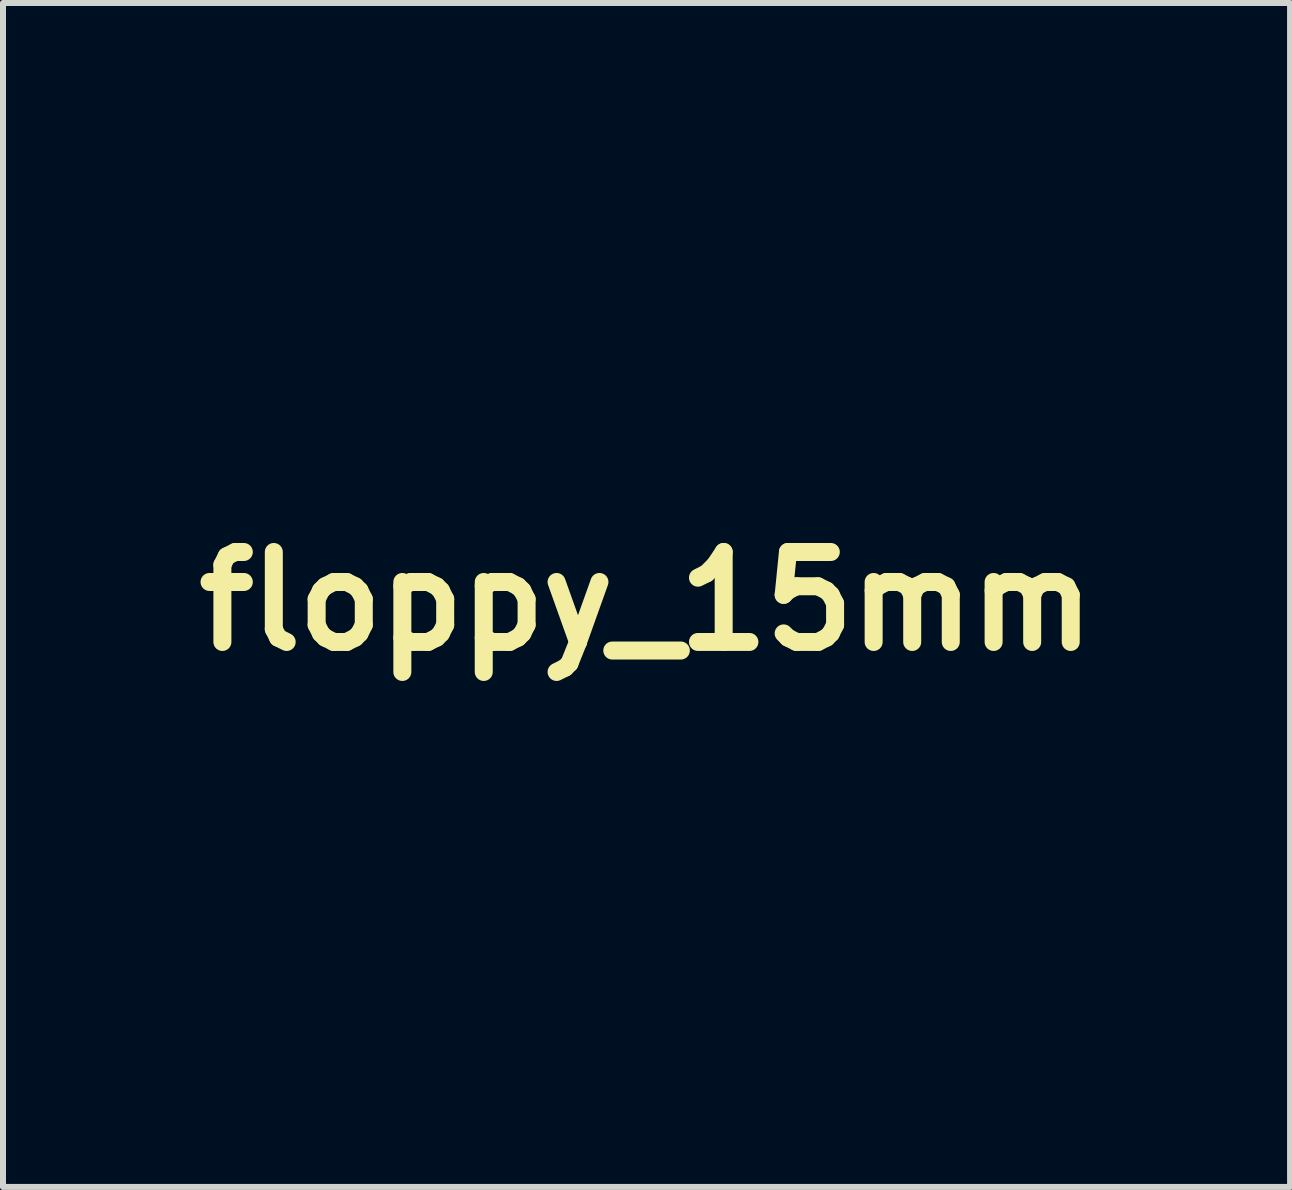
<source format=kicad_pcb>
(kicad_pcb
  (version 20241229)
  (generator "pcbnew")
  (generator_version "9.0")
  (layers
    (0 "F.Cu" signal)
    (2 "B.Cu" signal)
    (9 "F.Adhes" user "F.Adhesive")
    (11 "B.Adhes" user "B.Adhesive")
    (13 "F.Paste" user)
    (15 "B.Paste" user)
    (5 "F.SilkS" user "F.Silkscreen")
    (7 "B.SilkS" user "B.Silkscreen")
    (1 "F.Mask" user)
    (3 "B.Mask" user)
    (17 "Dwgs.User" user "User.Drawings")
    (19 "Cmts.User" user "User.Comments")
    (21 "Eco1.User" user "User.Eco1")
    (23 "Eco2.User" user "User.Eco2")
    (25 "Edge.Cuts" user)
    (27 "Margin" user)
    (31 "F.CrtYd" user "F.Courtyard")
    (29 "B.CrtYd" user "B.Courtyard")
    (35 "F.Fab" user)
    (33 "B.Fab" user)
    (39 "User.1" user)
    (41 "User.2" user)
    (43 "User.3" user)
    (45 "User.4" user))
  (footprint "floppy_15mm"
    (layer "F.Cu")
    (at 7.729 6.974)
    (property "Reference" "floppy_15mm" (at 0 0 0) (layer "F.SilkS") (effects (font (size 1.5 1.5) (thickness 0.3))))
    (attr board_only exclude_from_pos_files exclude_from_bom)
    (fp_poly (pts (xy -6.31 -6.836) (xy -6.319 -6.827) (xy -6.328 -6.836) (xy -6.319 -6.845)) (stroke (width 0) (type solid)) (fill yes) (layer "F.Mask"))
    (fp_poly (pts (xy -6.167 3.378) (xy -6.176 3.387) (xy -6.185 3.378) (xy -6.176 3.369)) (stroke (width 0) (type solid)) (fill yes) (layer "F.Mask"))
    (fp_poly (pts (xy -6.975 -1.217) (xy -6.973 -1.18) (xy -6.975 -1.172) (xy -6.982 -1.17) (xy -6.984 -1.194) (xy -6.982 -1.22)) (stroke (width 0) (type solid)) (fill yes) (layer "F.Mask"))
    (fp_poly (pts (xy -6.904 -1.59) (xy -6.902 -1.562) (xy -6.905 -1.556) (xy -6.913 -1.561) (xy -6.915 -1.579) (xy -6.91 -1.598)) (stroke (width 0) (type solid)) (fill yes) (layer "F.Mask"))
    (fp_poly (pts (xy -6.886 -1.68) (xy -6.884 -1.643) (xy -6.886 -1.635) (xy -6.893 -1.633) (xy -6.895 -1.658) (xy -6.892 -1.683)) (stroke (width 0) (type solid)) (fill yes) (layer "F.Mask"))
    (fp_poly (pts (xy -6.28 3.161) (xy -6.278 3.182) (xy -6.28 3.185) (xy -6.291 3.182) (xy -6.292 3.173) (xy -6.286 3.158)) (stroke (width 0) (type solid)) (fill yes) (layer "F.Mask"))
    (fp_poly (pts (xy 7.498 -2.204) (xy 7.5 -2.183) (xy 7.498 -2.181) (xy 7.488 -2.183) (xy 7.486 -2.192) (xy 7.493 -2.207)) (stroke (width 0) (type solid)) (fill yes) (layer "F.Mask"))
    (fp_poly (pts (xy -6.395 2.937) (xy -6.381 2.959) (xy -6.37 2.986) (xy -6.371 2.995) (xy -6.385 2.981) (xy -6.399 2.959) (xy -6.41 2.931) (xy -6.409 2.923)) (stroke (width 0) (type solid)) (fill yes) (layer "F.Mask"))
    (fp_poly (pts (xy -6.917 -1.518) (xy -6.916 -1.487) (xy -6.922 -1.439) (xy -6.935 -1.408) (xy -6.945 -1.401) (xy -6.945 -1.424) (xy -6.941 -1.453) (xy -6.93 -1.507) (xy -6.922 -1.53)) (stroke (width 0) (type solid)) (fill yes) (layer "F.Mask"))
    (fp_poly (pts (xy -6.349 3.03) (xy -6.335 3.054) (xy -6.318 3.091) (xy -6.314 3.111) (xy -6.315 3.112) (xy -6.326 3.104) (xy -6.343 3.074) (xy -6.359 3.032) (xy -6.361 3.016)) (stroke (width 0) (type solid)) (fill yes) (layer "F.Mask"))
    (fp_poly (pts (xy -6.942 -1.357) (xy -6.945 -1.321) (xy -6.945 -1.315) (xy -6.957 -1.266) (xy -6.965 -1.251) (xy -6.969 -1.271) (xy -6.969 -1.297) (xy -6.964 -1.339) (xy -6.952 -1.363) (xy -6.952 -1.363)) (stroke (width 0) (type solid)) (fill yes) (layer "F.Mask"))
    (fp_poly (pts (xy -6.987 -1.119) (xy -6.992 -1.063) (xy -6.994 -1.043) (xy -7.024 -0.7) (xy -7.041 -0.355) (xy -7.046 -0.015) (xy -7.037 0.312) (xy -7.015 0.62) (xy -6.986 0.864) (xy -6.945 1.12) (xy -6.902 1.358) (xy -6.857 1.573) (xy -6.811 1.76) (xy -6.784 1.854) (xy -6.766 1.912) (xy -6.743 1.988) (xy -6.72 2.066) (xy -6.72 2.068) (xy -6.697 2.14) (xy -6.665 2.234) (xy -6.626 2.342) (xy -6.584 2.456) (xy -6.542 2.568) (xy -6.504 2.668) (xy -6.471 2.75) (xy -6.451 2.796) (xy -6.431 2.846) (xy -6.422 2.884) (xy -6.423 2.894) (xy -6.434 2.897) (xy -6.444 2.879) (xy -6.456 2.85) (xy -6.478 2.795) (xy -6.509 2.722) (xy -6.545 2.636) (xy -6.559 2.602) (xy -6.682 2.29) (xy -6.788 1.971) (xy -6.878 1.64) (xy -6.955 1.289) (xy -7.019 0.913) (xy -7.035 0.802) (xy -7.047 0.695) (xy -7.056 0.558) (xy -7.063 0.4) (xy -7.067 0.225) (xy -7.069 0.04) (xy -7.069 -0.148) (xy -7.066 -0.332) (xy -7.061 -0.506) (xy -7.054 -0.664) (xy -7.044 -0.799) (xy -7.034 -0.891) (xy -7.021 -0.983) (xy -7.009 -1.057) (xy -6.999 -1.111) (xy -6.991 -1.141) (xy -6.987 -1.145)) (stroke (width 0) (type solid)) (fill yes) (layer "F.Mask"))
    (fp_poly (pts (xy 0.004 -6.974) (xy 0.154 -6.972) (xy 0.302 -6.969) (xy 0.442 -6.965) (xy 0.571 -6.959) (xy 0.683 -6.952) (xy 0.774 -6.944) (xy 0.839 -6.935) (xy 0.873 -6.925) (xy 0.895 -6.92) (xy 0.945 -6.911) (xy 1.016 -6.9) (xy 1.098 -6.889) (xy 1.185 -6.877) (xy 1.269 -6.867) (xy 1.343 -6.859) (xy 1.398 -6.854) (xy 1.403 -6.853) (xy 1.451 -6.846) (xy 1.483 -6.833) (xy 1.517 -6.82) (xy 1.56 -6.812) (xy 1.616 -6.803) (xy 1.658 -6.791) (xy 1.7 -6.779) (xy 1.761 -6.765) (xy 1.808 -6.756) (xy 1.866 -6.744) (xy 1.908 -6.732) (xy 1.924 -6.724) (xy 1.947 -6.711) (xy 1.997 -6.694) (xy 2.064 -6.675) (xy 2.139 -6.658) (xy 2.192 -6.647) (xy 2.282 -6.63) (xy 2.341 -6.615) (xy 2.373 -6.601) (xy 2.381 -6.593) (xy 2.404 -6.582) (xy 2.446 -6.577) (xy 2.454 -6.577) (xy 2.501 -6.571) (xy 2.523 -6.551) (xy 2.525 -6.544) (xy 2.54 -6.522) (xy 2.577 -6.508) (xy 2.63 -6.499) (xy 2.704 -6.484) (xy 2.785 -6.459) (xy 2.824 -6.443) (xy 2.88 -6.419) (xy 2.925 -6.403) (xy 2.944 -6.398) (xy 2.972 -6.388) (xy 3.017 -6.364) (xy 3.048 -6.345) (xy 3.098 -6.316) (xy 3.169 -6.276) (xy 3.251 -6.233) (xy 3.306 -6.204) (xy 3.406 -6.153) (xy 3.484 -6.111) (xy 3.553 -6.071) (xy 3.624 -6.028) (xy 3.699 -5.981) (xy 3.766 -5.938) (xy 3.843 -5.89) (xy 3.886 -5.864) (xy 3.951 -5.822) (xy 4.014 -5.776) (xy 4.048 -5.749) (xy 4.112 -5.695) (xy 4.159 -5.658) (xy 4.196 -5.632) (xy 4.234 -5.611) (xy 4.257 -5.598) (xy 4.303 -5.568) (xy 4.332 -5.536) (xy 4.336 -5.527) (xy 4.359 -5.492) (xy 4.388 -5.474) (xy 4.422 -5.455) (xy 4.474 -5.419) (xy 4.537 -5.372) (xy 4.601 -5.321) (xy 4.658 -5.272) (xy 4.696 -5.236) (xy 4.732 -5.2) (xy 4.78 -5.154) (xy 4.805 -5.132) (xy 4.858 -5.081) (xy 4.926 -5.013) (xy 5.003 -4.934) (xy 5.083 -4.851) (xy 5.158 -4.771) (xy 5.225 -4.698) (xy 5.275 -4.641) (xy 5.294 -4.618) (xy 5.336 -4.566) (xy 5.375 -4.52) (xy 5.392 -4.501) (xy 5.424 -4.463) (xy 5.47 -4.407) (xy 5.523 -4.341) (xy 5.573 -4.277) (xy 5.614 -4.223) (xy 5.633 -4.197) (xy 5.654 -4.165) (xy 5.69 -4.111) (xy 5.737 -4.04) (xy 5.79 -3.96) (xy 5.845 -3.878) (xy 5.897 -3.8) (xy 5.941 -3.732) (xy 5.974 -3.683) (xy 5.981 -3.672) (xy 6.039 -3.576) (xy 6.109 -3.449) (xy 6.191 -3.29) (xy 6.286 -3.097) (xy 6.391 -2.879) (xy 6.432 -2.785) (xy 6.48 -2.667) (xy 6.531 -2.536) (xy 6.58 -2.399) (xy 6.626 -2.266) (xy 6.665 -2.147) (xy 6.693 -2.05) (xy 6.695 -2.041) (xy 6.716 -1.962) (xy 6.738 -1.877) (xy 6.749 -1.836) (xy 6.777 -1.722) (xy 6.806 -1.593) (xy 6.835 -1.453) (xy 6.862 -1.311) (xy 6.886 -1.171) (xy 6.906 -1.041) (xy 6.922 -0.926) (xy 6.931 -0.835) (xy 6.933 -0.775) (xy 6.937 -0.708) (xy 6.949 -0.639) (xy 6.95 -0.633) (xy 6.955 -0.595) (xy 6.96 -0.53) (xy 6.964 -0.443) (xy 6.968 -0.341) (xy 6.97 -0.233) (xy 6.972 -0.126) (xy 6.972 -0.025) (xy 6.971 0.06) (xy 6.968 0.116) (xy 6.966 0.174) (xy 6.965 0.218) (xy 6.96 0.254) (xy 6.948 0.267) (xy 6.94 0.284) (xy 6.935 0.33) (xy 6.933 0.397) (xy 6.934 0.423) (xy 6.935 0.511) (xy 6.935 0.574) (xy 6.931 0.623) (xy 6.924 0.669) (xy 6.912 0.722) (xy 6.904 0.755) (xy 6.892 0.821) (xy 6.887 0.881) (xy 6.89 0.911) (xy 6.889 0.964) (xy 6.873 0.99) (xy 6.852 1.018) (xy 6.845 1.041) (xy 6.855 1.047) (xy 6.862 1.043) (xy 6.872 1.045) (xy 6.867 1.066) (xy 6.851 1.095) (xy 6.832 1.12) (xy 6.817 1.152) (xy 6.807 1.202) (xy 6.806 1.218) (xy 6.801 1.296) (xy 6.794 1.346) (xy 6.791 1.359) (xy 6.785 1.389) (xy 6.784 1.389) (xy 6.771 1.416) (xy 6.769 1.419) (xy 6.758 1.446) (xy 6.756 1.47) (xy 6.745 1.515) (xy 6.73 1.543) (xy 6.713 1.585) (xy 6.713 1.615) (xy 6.708 1.659) (xy 6.693 1.682) (xy 6.673 1.723) (xy 6.675 1.747) (xy 6.675 1.787) (xy 6.658 1.836) (xy 6.656 1.84) (xy 6.624 1.902) (xy 6.606 1.942) (xy 6.598 1.97) (xy 6.595 1.995) (xy 6.595 2.004) (xy 6.584 2.049) (xy 6.568 2.074) (xy 6.546 2.11) (xy 6.53 2.16) (xy 6.53 2.16) (xy 6.518 2.206) (xy 6.505 2.236) (xy 6.505 2.237) (xy 6.493 2.264) (xy 6.478 2.312) (xy 6.469 2.344) (xy 6.453 2.399) (xy 6.434 2.44) (xy 6.425 2.452) (xy 6.407 2.478) (xy 6.387 2.527) (xy 6.376 2.558) (xy 6.351 2.633) (xy 6.323 2.704) (xy 6.295 2.763) (xy 6.272 2.803) (xy 6.257 2.816) (xy 6.242 2.832) (xy 6.224 2.869) (xy 6.22 2.883) (xy 6.199 2.937) (xy 6.177 2.981) (xy 6.174 2.985) (xy 6.154 3.026) (xy 6.149 3.052) (xy 6.143 3.079) (xy 6.136 3.084) (xy 6.121 3.099) (xy 6.099 3.136) (xy 6.088 3.157) (xy 6.053 3.215) (xy 6.013 3.268) (xy 6.003 3.277) (xy 5.971 3.314) (xy 5.954 3.345) (xy 5.953 3.35) (xy 5.942 3.381) (xy 5.918 3.413) (xy 5.89 3.458) (xy 5.878 3.499) (xy 5.868 3.537) (xy 5.853 3.554) (xy 5.832 3.575) (xy 5.807 3.615) (xy 5.799 3.631) (xy 5.765 3.689) (xy 5.72 3.746) (xy 5.71 3.756) (xy 5.672 3.8) (xy 5.645 3.843) (xy 5.64 3.854) (xy 5.622 3.887) (xy 5.588 3.936) (xy 5.543 3.991) (xy 5.541 3.994) (xy 5.499 4.044) (xy 5.468 4.085) (xy 5.455 4.109) (xy 5.454 4.11) (xy 5.441 4.131) (xy 5.419 4.149) (xy 5.391 4.176) (xy 5.383 4.197) (xy 5.368 4.223) (xy 5.351 4.232) (xy 5.323 4.253) (xy 5.292 4.294) (xy 5.286 4.305) (xy 5.262 4.344) (xy 5.243 4.366) (xy 5.24 4.367) (xy 5.224 4.38) (xy 5.192 4.415) (xy 5.15 4.467) (xy 5.123 4.501) (xy 5.076 4.558) (xy 5.037 4.604) (xy 5.012 4.63) (xy 5.005 4.634) (xy 4.988 4.646) (xy 4.951 4.679) (xy 4.897 4.729) (xy 4.832 4.792) (xy 4.778 4.844) (xy 4.649 4.968) (xy 4.53 5.075) (xy 4.409 5.174) (xy 4.28 5.272) (xy 4.24 5.305) (xy 4.192 5.346) (xy 4.183 5.355) (xy 4.134 5.397) (xy 4.074 5.443) (xy 4.01 5.487) (xy 3.952 5.526) (xy 3.906 5.552) (xy 3.881 5.561) (xy 3.853 5.574) (xy 3.819 5.604) (xy 3.818 5.606) (xy 3.785 5.637) (xy 3.759 5.65) (xy 3.758 5.65) (xy 3.737 5.659) (xy 3.692 5.682) (xy 3.631 5.714) (xy 3.563 5.753) (xy 3.493 5.792) (xy 3.43 5.83) (xy 3.381 5.86) (xy 3.354 5.879) (xy 3.351 5.882) (xy 3.331 5.895) (xy 3.289 5.918) (xy 3.253 5.936) (xy 3.202 5.961) (xy 3.166 5.981) (xy 3.155 5.99) (xy 3.134 6.004) (xy 3.093 6.025) (xy 3.075 6.033) (xy 3.015 6.06) (xy 2.945 6.092) (xy 2.913 6.107) (xy 2.859 6.13) (xy 2.818 6.146) (xy 2.802 6.149) (xy 2.775 6.161) (xy 2.759 6.174) (xy 2.731 6.191) (xy 2.679 6.214) (xy 2.613 6.239) (xy 2.593 6.246) (xy 2.515 6.274) (xy 2.44 6.302) (xy 2.382 6.326) (xy 2.375 6.329) (xy 2.32 6.35) (xy 2.272 6.362) (xy 2.259 6.363) (xy 2.217 6.373) (xy 2.169 6.397) (xy 2.166 6.399) (xy 2.12 6.423) (xy 2.079 6.435) (xy 2.077 6.435) (xy 2.033 6.442) (xy 1.969 6.46) (xy 1.897 6.485) (xy 1.828 6.514) (xy 1.827 6.514) (xy 1.774 6.533) (xy 1.71 6.546) (xy 1.697 6.548) (xy 1.643 6.558) (xy 1.602 6.573) (xy 1.594 6.578) (xy 1.555 6.591) (xy 1.504 6.589) (xy 1.422 6.592) (xy 1.375 6.606) (xy 1.314 6.626) (xy 1.244 6.638) (xy 1.23 6.64) (xy 1.174 6.646) (xy 1.097 6.657) (xy 1.015 6.67) (xy 0.998 6.673) (xy 0.903 6.687) (xy 0.795 6.698) (xy 0.695 6.705) (xy 0.686 6.705) (xy 0.614 6.709) (xy 0.556 6.715) (xy 0.52 6.722) (xy 0.514 6.726) (xy 0.491 6.736) (xy 0.445 6.745) (xy 0.407 6.749) (xy 0.329 6.754) (xy 0.246 6.76) (xy 0.219 6.762) (xy 0.165 6.764) (xy 0.129 6.764) (xy 0.119 6.762) (xy 0.1 6.759) (xy 0.051 6.756) (xy -0.021 6.752) (xy -0.111 6.748) (xy -0.18 6.746) (xy -0.295 6.742) (xy -0.414 6.738) (xy -0.524 6.734) (xy -0.614 6.731) (xy -0.642 6.731) (xy -0.722 6.726) (xy -0.796 6.717) (xy -0.849 6.707) (xy -0.864 6.702) (xy -0.934 6.679) (xy -1.018 6.666) (xy -1.11 6.661) (xy -1.159 6.656) (xy -1.189 6.648) (xy -1.194 6.643) (xy -1.208 6.636) (xy -1.229 6.639) (xy -1.266 6.64) (xy -1.32 6.63) (xy -1.349 6.621) (xy -1.409 6.603) (xy -1.462 6.593) (xy -1.479 6.591) (xy -1.514 6.586) (xy -0.838 6.586) (xy -0.829 6.595) (xy -0.82 6.586) (xy -0.829 6.577) (xy -0.838 6.586) (xy -1.514 6.586) (xy -1.522 6.585) (xy -1.544 6.575) (xy -1.573 6.564) (xy -1.623 6.553) (xy -1.66 6.549) (xy -1.73 6.536) (xy -1.797 6.515) (xy -1.301 6.515) (xy -1.292 6.524) (xy -1.291 6.523) (xy -0.143 6.523) (xy -0.13 6.541) (xy -0.125 6.542) (xy -0.107 6.536) (xy -0.107 6.534) (xy -0.11 6.53) (xy 0.059 6.53) (xy 0.062 6.54) (xy 0.071 6.542) (xy 0.086 6.535) (xy 0.083 6.53) (xy 0.062 6.528) (xy 0.059 6.53) (xy -0.11 6.53) (xy -0.119 6.519) (xy -0.125 6.515) (xy -0.141 6.516) (xy -0.143 6.523) (xy -1.291 6.523) (xy -1.283 6.515) (xy -1.292 6.506) (xy -1.301 6.515) (xy -1.797 6.515) (xy -1.798 6.515) (xy -1.823 6.503) (xy -1.877 6.482) (xy -1.909 6.479) (xy 0.998 6.479) (xy 1.007 6.488) (xy 1.016 6.479) (xy 1.007 6.47) (xy 0.998 6.479) (xy -1.909 6.479) (xy -1.921 6.478) (xy -1.925 6.479) (xy -1.954 6.481) (xy -1.961 6.472) (xy -1.976 6.459) (xy -1.98 6.458) (xy -1.652 6.458) (xy -1.649 6.469) (xy -1.64 6.47) (xy -1.625 6.464) (xy -1.628 6.458) (xy -1.649 6.456) (xy -1.652 6.458) (xy -1.98 6.458) (xy -2.001 6.457) (xy -2.033 6.452) (xy -2.041 6.427) (xy -2.042 6.426) (xy 1.194 6.426) (xy 1.203 6.435) (xy 1.212 6.426) (xy 1.203 6.417) (xy 1.194 6.426) (xy -2.042 6.426) (xy -2.056 6.398) (xy -1.889 6.398) (xy -1.876 6.416) (xy -1.872 6.417) (xy -1.854 6.411) (xy -1.854 6.409) (xy -1.855 6.408) (xy -1.337 6.408) (xy -1.328 6.417) (xy -1.319 6.408) (xy -1.328 6.399) (xy -1.337 6.408) (xy -1.855 6.408) (xy -1.866 6.394) (xy -1.872 6.39) (xy -1.888 6.392) (xy -1.889 6.398) (xy -2.056 6.398) (xy -2.057 6.395) (xy -2.089 6.38) (xy -2.122 6.374) (xy -2.129 6.385) (xy -2.126 6.394) (xy -2.125 6.41) (xy -2.142 6.415) (xy -2.184 6.411) (xy -2.203 6.409) (xy -2.256 6.398) (xy -2.293 6.384) (xy -2.302 6.377) (xy -2.324 6.367) (xy -2.331 6.37) (xy -2.356 6.368) (xy -2.369 6.356) (xy -2.376 6.351) (xy -1.723 6.351) (xy -1.721 6.362) (xy -1.711 6.363) (xy -1.696 6.357) (xy -1.699 6.351) (xy -1.72 6.349) (xy -1.723 6.351) (xy -2.376 6.351) (xy -2.401 6.335) (xy -2.404 6.334) (xy -2.276 6.334) (xy -2.273 6.344) (xy -2.264 6.346) (xy -2.249 6.339) (xy -2.252 6.334) (xy -2.273 6.332) (xy -2.276 6.334) (xy -2.404 6.334) (xy -2.438 6.322) (xy -2.448 6.319) (xy -2.157 6.319) (xy -2.148 6.328) (xy -1.943 6.328) (xy -1.937 6.345) (xy -1.935 6.346) (xy -1.92 6.333) (xy -1.916 6.328) (xy -1.918 6.311) (xy -1.924 6.31) (xy -1.942 6.323) (xy -1.943 6.328) (xy -2.148 6.328) (xy -2.139 6.319) (xy -2.148 6.31) (xy -2.157 6.319) (xy -2.448 6.319) (xy -2.483 6.306) (xy -2.493 6.301) (xy -2.335 6.301) (xy -2.326 6.31) (xy -2.317 6.301) (xy -2.326 6.292) (xy -2.335 6.301) (xy -2.493 6.301) (xy -2.537 6.277) (xy -2.555 6.266) (xy -2.557 6.265) (xy -2.228 6.265) (xy -2.219 6.274) (xy -2.21 6.265) (xy -2.219 6.256) (xy -2.228 6.265) (xy -2.557 6.265) (xy -2.591 6.248) (xy -2.513 6.248) (xy -2.504 6.256) (xy -2.495 6.248) (xy -2.504 6.239) (xy -2.513 6.248) (xy -2.591 6.248) (xy -2.618 6.234) (xy -2.69 6.212) (xy -2.706 6.209) (xy -2.786 6.192) (xy -2.854 6.165) (xy -2.89 6.141) (xy -2.585 6.141) (xy -2.576 6.149) (xy -2.567 6.141) (xy -2.576 6.132) (xy -2.585 6.141) (xy -2.89 6.141) (xy -2.9 6.133) (xy -2.909 6.123) (xy -2.834 6.123) (xy -2.825 6.132) (xy -2.816 6.123) (xy -2.727 6.123) (xy -2.718 6.132) (xy -2.709 6.123) (xy -2.718 6.114) (xy -2.727 6.123) (xy -2.816 6.123) (xy -2.825 6.114) (xy -2.834 6.123) (xy -2.909 6.123) (xy -2.911 6.12) (xy -2.932 6.105) (xy 2.317 6.105) (xy 2.326 6.114) (xy 2.335 6.105) (xy 2.326 6.096) (xy 2.317 6.105) (xy -2.932 6.105) (xy -2.938 6.101) (xy -2.964 6.096) (xy -3.002 6.087) (xy -3.003 6.087) (xy -2.905 6.087) (xy -2.896 6.096) (xy -2.888 6.087) (xy -2.896 6.078) (xy -2.905 6.087) (xy -3.003 6.087) (xy -3.056 6.066) (xy -3.084 6.052) (xy -3.144 6.02) (xy -3.169 6.007) (xy -2.995 6.007) (xy -2.987 6.036) (xy -2.977 6.043) (xy -2.962 6.028) (xy -2.959 6.007) (xy -2.966 5.978) (xy -2.967 5.977) (xy 2.68 5.977) (xy 2.682 5.988) (xy 2.692 5.989) (xy 2.706 5.983) (xy 2.703 5.977) (xy 2.682 5.975) (xy 2.68 5.977) (xy -2.967 5.977) (xy -2.977 5.971) (xy -2.991 5.986) (xy -2.995 6.007) (xy -3.169 6.007) (xy -3.201 5.991) (xy -3.22 5.981) (xy -3.261 5.956) (xy -3.285 5.93) (xy -3.286 5.928) (xy -3.291 5.924) (xy -3.042 5.924) (xy -3.04 5.934) (xy -3.03 5.936) (xy -3.016 5.929) (xy -3.018 5.924) (xy -3.039 5.922) (xy -3.042 5.924) (xy -3.291 5.924) (xy -3.308 5.908) (xy -3.352 5.892) (xy -3.363 5.889) (xy -3.422 5.872) (xy -3.472 5.848) (xy -3.476 5.845) (xy -3.521 5.815) (xy -3.584 5.774) (xy -3.656 5.729) (xy -3.711 5.695) (xy -3.739 5.677) (xy -3.636 5.677) (xy -3.627 5.686) (xy -3.618 5.677) (xy -3.627 5.668) (xy -3.636 5.677) (xy -3.739 5.677) (xy -3.764 5.661) (xy -3.836 5.612) (xy -3.869 5.589) (xy -3.629 5.589) (xy -3.627 5.597) (xy -3.608 5.612) (xy -3.588 5.614) (xy -3.583 5.608) (xy -3.597 5.596) (xy -3.61 5.59) (xy -3.629 5.589) (xy -3.869 5.589) (xy -3.896 5.57) (xy -3.298 5.57) (xy -3.289 5.579) (xy -3.28 5.57) (xy -3.289 5.561) (xy -3.298 5.57) (xy -3.896 5.57) (xy -3.917 5.555) (xy -3.999 5.497) (xy -4.071 5.444) (xy -4.124 5.403) (xy -4.126 5.402) (xy -4.19 5.353) (xy -4.257 5.305) (xy -4.295 5.281) (xy -4.355 5.24) (xy -4.411 5.194) (xy -4.429 5.177) (xy -4.467 5.142) (xy -4.367 5.142) (xy -4.358 5.151) (xy -4.349 5.142) (xy -4.358 5.133) (xy -4.367 5.142) (xy -4.467 5.142) (xy -4.479 5.132) (xy -4.537 5.084) (xy -4.554 5.071) (xy -4.586 5.045) (xy -4.635 4.999) (xy -4.699 4.939) (xy -4.773 4.867) (xy -4.852 4.788) (xy -4.934 4.707) (xy -5.014 4.626) (xy -5.087 4.551) (xy -5.15 4.484) (xy -5.2 4.431) (xy -5.231 4.395) (xy -5.24 4.381) (xy -5.252 4.362) (xy -5.284 4.325) (xy -5.33 4.274) (xy -5.37 4.232) (xy -5.427 4.169) (xy -5.476 4.11) (xy -5.511 4.062) (xy -5.523 4.041) (xy -5.547 3.993) (xy -5.571 3.958) (xy -5.571 3.957) (xy -5.613 3.908) (xy -5.664 3.842) (xy -5.72 3.765) (xy -5.777 3.685) (xy -5.831 3.605) (xy -5.877 3.533) (xy -5.913 3.475) (xy -5.933 3.436) (xy -5.936 3.425) (xy -5.947 3.405) (xy -5.952 3.404) (xy -5.967 3.39) (xy -5.993 3.351) (xy -6.022 3.296) (xy -6.024 3.293) (xy -6.068 3.206) (xy -6.101 3.148) (xy -6.123 3.113) (xy -6.135 3.101) (xy -6.147 3.079) (xy -6.159 3.043) (xy -6.172 3.008) (xy -6.185 2.995) (xy -6.193 2.986) (xy -5.793 2.986) (xy -5.784 2.995) (xy -5.775 2.986) (xy -5.784 2.977) (xy -5.793 2.986) (xy -6.193 2.986) (xy -6.199 2.98) (xy -6.22 2.941) (xy -6.237 2.905) (xy -6.268 2.842) (xy -6.309 2.767) (xy -6.347 2.705) (xy -6.38 2.648) (xy -6.403 2.601) (xy -6.409 2.573) (xy -6.409 2.571) (xy -6.409 2.556) (xy -6.417 2.558) (xy -6.433 2.553) (xy -6.437 2.537) (xy -6.442 2.499) (xy -6.444 2.487) (xy -6.45 2.452) (xy -6.45 2.446) (xy -6.467 2.427) (xy -6.481 2.424) (xy -6.502 2.414) (xy -6.502 2.38) (xy -6.5 2.35) (xy -6.507 2.344) (xy -6.52 2.336) (xy -6.532 2.306) (xy -6.546 2.26) (xy -6.569 2.203) (xy -6.576 2.186) (xy -6.595 2.137) (xy -6.621 2.064) (xy -6.651 1.974) (xy -6.683 1.877) (xy -6.713 1.781) (xy -6.739 1.694) (xy -6.758 1.626) (xy -6.767 1.59) (xy -6.779 1.548) (xy -6.793 1.523) (xy -6.793 1.523) (xy -6.805 1.5) (xy -6.809 1.462) (xy -6.814 1.421) (xy -6.824 1.401) (xy -6.835 1.379) (xy -6.845 1.334) (xy -6.846 1.328) (xy 6.756 1.328) (xy 6.764 1.337) (xy 6.773 1.328) (xy 6.764 1.319) (xy 6.756 1.328) (xy -6.846 1.328) (xy -6.851 1.297) (xy -6.865 1.186) (xy -6.876 1.103) (xy -6.886 1.045) (xy -6.892 1.016) (xy -6.899 0.984) (xy -6.906 0.941) (xy -6.915 0.881) (xy -6.925 0.801) (xy -6.937 0.697) (xy -6.951 0.565) (xy -6.967 0.419) (xy -6.971 0.357) (xy -6.974 0.276) (xy -5.74 0.276) (xy -5.731 0.285) (xy -5.722 0.276) (xy -5.731 0.267) (xy -5.74 0.276) (xy -6.974 0.276) (xy -6.974 0.269) (xy -6.976 0.165) (xy -6.976 0.054) (xy -6.975 0.018) (xy -5.74 0.018) (xy -5.733 0.032) (xy -5.728 0.03) (xy -5.725 0.009) (xy -5.728 0.006) (xy -5.738 0.008) (xy -5.74 0.018) (xy -6.975 0.018) (xy -6.975 0) (xy -6.973 -0.108) (xy -6.971 -0.213) (xy -6.97 -0.305) (xy -6.97 -0.376) (xy -6.97 -0.401) (xy -6.968 -0.476) (xy -6.962 -0.566) (xy -6.954 -0.664) (xy -6.943 -0.763) (xy -6.932 -0.855) (xy -6.92 -0.934) (xy -6.909 -0.993) (xy -6.899 -1.023) (xy -6.898 -1.025) (xy -6.884 -1.063) (xy -6.886 -1.089) (xy -6.888 -1.136) (xy -6.881 -1.167) (xy -6.869 -1.208) (xy -6.859 -1.267) (xy -6.855 -1.294) (xy -6.835 -1.442) (xy -6.82 -1.524) (xy -6.807 -1.551) (xy -6.795 -1.556) (xy -6.784 -1.566) (xy -6.785 -1.583) (xy -6.784 -1.618) (xy -6.772 -1.67) (xy -6.765 -1.694) (xy -6.744 -1.761) (xy -6.726 -1.838) (xy -6.72 -1.872) (xy -6.708 -1.947) (xy -6.698 -1.997) (xy -6.688 -2.029) (xy -6.674 -2.052) (xy -6.671 -2.056) (xy -5.734 -2.056) (xy -5.732 -1.951) (xy -5.729 -1.825) (xy -5.723 -1.674) (xy -5.716 -1.495) (xy -5.706 -1.285) (xy -5.704 -1.221) (xy -5.691 -0.935) (xy -5.677 -0.62) (xy -5.663 -0.285) (xy -5.648 0.063) (xy -5.632 0.417) (xy -5.632 0.419) (xy -5.626 0.557) (xy -5.62 0.665) (xy -5.613 0.748) (xy -5.606 0.813) (xy -5.597 0.863) (xy -5.586 0.905) (xy -5.577 0.932) (xy -5.519 1.043) (xy -5.436 1.14) (xy -5.335 1.216) (xy -5.223 1.267) (xy -5.151 1.283) (xy -5.122 1.286) (xy -5.088 1.288) (xy -5.045 1.289) (xy -4.991 1.289) (xy -4.92 1.287) (xy -4.83 1.285) (xy -4.716 1.281) (xy -4.576 1.275) (xy -4.405 1.268) (xy -4.331 1.265) (xy -4.194 1.259) (xy -4.053 1.253) (xy -3.915 1.248) (xy -3.792 1.243) (xy -3.693 1.239) (xy -3.672 1.238) (xy -3.575 1.234) (xy -3.485 1.229) (xy -3.41 1.224) (xy -3.359 1.22) (xy -3.356 1.219) (xy -3.307 1.214) (xy -3.276 1.211) (xy -3.271 1.211) (xy -3.248 1.203) (xy -3.204 1.182) (xy -3.148 1.152) (xy -3.089 1.118) (xy -3.035 1.085) (xy -2.995 1.059) (xy -2.984 1.05) (xy -2.955 1.014) (xy -2.921 0.96) (xy -2.9 0.922) (xy -2.875 0.865) (xy -2.855 0.806) (xy -2.841 0.753) (xy -2.835 0.715) (xy -2.84 0.698) (xy -2.845 0.7) (xy -2.852 0.688) (xy -2.858 0.648) (xy -2.862 0.587) (xy -2.863 0.555) (xy -2.864 0.472) (xy -2.865 0.451) (xy -1.348 0.451) (xy -1.344 0.488) (xy -1.338 0.52) (xy -1.311 0.631) (xy -1.274 0.718) (xy -1.223 0.794) (xy -1.193 0.828) (xy -1.129 0.887) (xy -1.055 0.934) (xy -0.964 0.973) (xy -0.847 1.006) (xy -0.797 1.018) (xy -0.707 1.037) (xy -0.599 1.061) (xy -0.489 1.086) (xy -0.428 1.099) (xy -0.32 1.123) (xy -0.196 1.151) (xy -0.075 1.179) (xy -0.009 1.195) (xy 0.111 1.223) (xy 0.203 1.243) (xy 0.273 1.256) (xy 0.327 1.262) (xy 0.373 1.263) (xy 0.416 1.258) (xy 0.464 1.25) (xy 0.48 1.246) (xy 0.567 1.215) (xy 0.66 1.161) (xy 0.676 1.15) (xy 0.751 1.083) (xy 0.811 1.004) (xy 0.859 0.906) (xy 0.899 0.784) (xy 0.927 0.654) (xy 0.944 0.57) (xy 0.961 0.495) (xy 0.975 0.438) (xy 0.983 0.413) (xy 1.004 0.35) (xy 1.024 0.274) (xy 1.041 0.197) (xy 1.05 0.134) (xy 1.051 0.118) (xy 1.055 0.082) (xy 1.067 0.019) (xy 1.084 -0.061) (xy 1.106 -0.151) (xy 1.109 -0.164) (xy 1.132 -0.259) (xy 1.147 -0.328) (xy 1.154 -0.381) (xy 1.156 -0.425) (xy 1.152 -0.47) (xy 1.144 -0.522) (xy 1.114 -0.647) (xy 1.069 -0.748) (xy 1.003 -0.839) (xy 0.976 -0.868) (xy 0.923 -0.916) (xy 0.86 -0.955) (xy 0.781 -0.989) (xy 0.681 -1.021) (xy 0.553 -1.052) (xy 0.517 -1.06) (xy 0.42 -1.082) (xy 0.321 -1.106) (xy 0.234 -1.128) (xy 0.187 -1.142) (xy 0.119 -1.16) (xy 0.06 -1.173) (xy 0.022 -1.178) (xy 0.022 -1.178) (xy -0.012 -1.181) (xy -0.071 -1.192) (xy -0.147 -1.208) (xy -0.21 -1.223) (xy -0.38 -1.257) (xy -0.526 -1.269) (xy -0.65 -1.259) (xy -0.759 -1.225) (xy -0.856 -1.166) (xy -0.945 -1.081) (xy -0.99 -1.025) (xy -1.017 -0.982) (xy -1.042 -0.928) (xy -1.066 -0.857) (xy -1.091 -0.764) (xy -1.119 -0.644) (xy -1.133 -0.577) (xy -1.152 -0.49) (xy -1.17 -0.416) (xy -1.185 -0.361) (xy -1.195 -0.332) (xy -1.196 -0.331) (xy -1.209 -0.301) (xy -1.212 -0.273) (xy -1.216 -0.243) (xy -1.227 -0.184) (xy -1.243 -0.104) (xy -1.263 -0.007) (xy -1.285 0.094) (xy -1.311 0.21) (xy -1.33 0.297) (xy -1.341 0.362) (xy -1.347 0.412) (xy -1.348 0.451) (xy -2.865 0.451) (xy -2.866 0.368) (xy -2.869 0.248) (xy -2.873 0.118) (xy -2.876 -0.017) (xy -2.88 -0.151) (xy -2.884 -0.277) (xy -2.887 -0.392) (xy -2.891 -0.488) (xy -2.893 -0.561) (xy -2.895 -0.604) (xy -2.896 -0.606) (xy -2.898 -0.647) (xy -2.901 -0.717) (xy -2.904 -0.811) (xy -2.908 -0.92) (xy -2.911 -1.04) (xy -2.913 -1.096) (xy -2.917 -1.221) (xy -2.919 -1.272) (xy -0.03 -1.272) (xy -0.027 -1.266) (xy -0.011 -1.249) (xy -0.008 -1.248) (xy -0.006 -1.251) (xy 0.08 -1.251) (xy 0.093 -1.238) (xy 0.133 -1.225) (xy 0.186 -1.217) (xy 0.237 -1.208) (xy 0.271 -1.197) (xy 0.278 -1.192) (xy 0.299 -1.177) (xy 0.318 -1.184) (xy 0.321 -1.194) (xy 0.307 -1.21) (xy 0.296 -1.212) (xy 0.296 -1.212) (xy 0.366 -1.212) (xy 0.369 -1.197) (xy 0.382 -1.194) (xy 0.407 -1.198) (xy 0.41 -1.202) (xy 0.397 -1.219) (xy 0.373 -1.219) (xy 0.366 -1.212) (xy 0.296 -1.212) (xy 0.265 -1.225) (xy 0.25 -1.239) (xy 0.214 -1.258) (xy 0.153 -1.265) (xy 0.146 -1.266) (xy 0.097 -1.262) (xy 0.08 -1.251) (xy -0.006 -1.251) (xy -0.000205 -1.262) (xy 0 -1.266) (xy -0.014 -1.283) (xy -0.019 -1.283) (xy -0.03 -1.272) (xy -2.919 -1.272) (xy -2.919 -1.289) (xy -0.136 -1.289) (xy -0.117 -1.287) (xy -0.102 -1.287) (xy -0.067 -1.295) (xy -0.053 -1.305) (xy -0.067 -1.318) (xy -0.098 -1.314) (xy -0.125 -1.301) (xy -0.136 -1.289) (xy -2.919 -1.289) (xy -2.921 -1.34) (xy -2.925 -1.447) (xy -2.929 -1.535) (xy -2.932 -1.597) (xy -2.933 -1.613) (xy -2.936 -1.658) (xy -2.94 -1.733) (xy -2.945 -1.832) (xy -2.952 -1.951) (xy -2.958 -2.084) (xy -2.965 -2.225) (xy -2.967 -2.277) (xy -2.976 -2.444) (xy -2.983 -2.579) (xy -2.99 -2.686) (xy -2.998 -2.766) (xy -3.005 -2.825) (xy -3.013 -2.864) (xy -3.021 -2.887) (xy -3.04 -2.926) (xy -3.048 -2.949) (xy -3.048 -2.95) (xy -3.048 -2.974) (xy -3.048 -2.975) (xy -3.058 -2.995) (xy -3.085 -3.036) (xy -3.123 -3.087) (xy -3.127 -3.092) (xy -3.181 -3.152) (xy -3.242 -3.205) (xy -3.302 -3.245) (xy -3.352 -3.266) (xy -3.382 -3.267) (xy -3.402 -3.269) (xy -3.404 -3.275) (xy -3.421 -3.283) (xy -3.462 -3.286) (xy -3.507 -3.286) (xy -3.558 -3.284) (xy -3.637 -3.281) (xy -3.735 -3.278) (xy -3.846 -3.275) (xy -3.948 -3.272) (xy -4.172 -3.265) (xy -4.361 -3.258) (xy -4.513 -3.251) (xy -4.631 -3.244) (xy -4.712 -3.237) (xy -4.758 -3.231) (xy -4.768 -3.227) (xy -4.796 -3.217) (xy -4.844 -3.207) (xy -4.867 -3.204) (xy -4.942 -3.187) (xy -5.036 -3.15) (xy -5.138 -3.099) (xy -5.241 -3.038) (xy -5.299 -2.997) (xy -5.379 -2.927) (xy -5.462 -2.835) (xy -5.541 -2.732) (xy -5.606 -2.628) (xy -5.65 -2.537) (xy -5.671 -2.48) (xy -5.689 -2.43) (xy -5.703 -2.381) (xy -5.715 -2.332) (xy -5.723 -2.278) (xy -5.729 -2.216) (xy -5.733 -2.143) (xy -5.734 -2.056) (xy -6.671 -2.056) (xy -6.66 -2.069) (xy -6.639 -2.104) (xy -6.634 -2.126) (xy -6.628 -2.156) (xy -6.61 -2.192) (xy -6.592 -2.233) (xy -6.573 -2.295) (xy -6.558 -2.357) (xy -6.545 -2.417) (xy -6.531 -2.46) (xy -6.521 -2.478) (xy -6.521 -2.478) (xy -6.509 -2.493) (xy -6.498 -2.533) (xy -6.495 -2.55) (xy -6.482 -2.598) (xy -6.465 -2.629) (xy -6.459 -2.633) (xy -6.44 -2.655) (xy -6.433 -2.689) (xy -6.423 -2.737) (xy -6.399 -2.788) (xy -6.398 -2.79) (xy -6.368 -2.842) (xy -6.34 -2.898) (xy -6.319 -2.947) (xy -6.31 -2.977) (xy -6.31 -2.978) (xy -6.301 -3) (xy -6.277 -3.041) (xy -6.256 -3.072) (xy -6.228 -3.121) (xy -6.213 -3.161) (xy -6.213 -3.177) (xy -6.207 -3.205) (xy -6.199 -3.217) (xy -4.991 -3.217) (xy -4.982 -3.208) (xy -4.973 -3.217) (xy -4.982 -3.226) (xy -4.991 -3.217) (xy -6.199 -3.217) (xy -6.182 -3.245) (xy -6.167 -3.262) (xy -6.133 -3.306) (xy -4.777 -3.306) (xy -4.768 -3.298) (xy -4.759 -3.306) (xy -4.768 -3.315) (xy -4.777 -3.306) (xy -6.133 -3.306) (xy -6.13 -3.31) (xy -6.105 -3.359) (xy -6.102 -3.372) (xy -6.088 -3.408) (xy -6.069 -3.422) (xy -6.052 -3.438) (xy -6.037 -3.477) (xy -6.034 -3.488) (xy -6.01 -3.55) (xy -5.97 -3.602) (xy -5.936 -3.641) (xy -5.919 -3.678) (xy -5.918 -3.685) (xy -5.905 -3.72) (xy -5.875 -3.759) (xy -5.873 -3.761) (xy -5.843 -3.797) (xy -5.829 -3.829) (xy -5.829 -3.831) (xy -5.818 -3.858) (xy -5.79 -3.903) (xy -5.75 -3.955) (xy -5.749 -3.957) (xy -5.699 -4.019) (xy -5.652 -4.083) (xy -5.621 -4.126) (xy -5.587 -4.174) (xy -5.558 -4.211) (xy -5.55 -4.221) (xy -5.529 -4.249) (xy -5.526 -4.262) (xy -5.515 -4.282) (xy -5.487 -4.321) (xy -5.449 -4.37) (xy -5.407 -4.422) (xy -5.368 -4.469) (xy -5.338 -4.501) (xy -5.326 -4.511) (xy -5.318 -4.534) (xy -5.321 -4.549) (xy -5.317 -4.574) (xy -5.281 -4.594) (xy -5.277 -4.596) (xy -5.24 -4.614) (xy -5.232 -4.637) (xy -5.235 -4.645) (xy -5.238 -4.667) (xy -5.219 -4.666) (xy -5.189 -4.67) (xy -5.152 -4.691) (xy -5.123 -4.72) (xy -5.116 -4.738) (xy -5.103 -4.755) (xy -5.07 -4.793) (xy -5.019 -4.846) (xy -4.955 -4.911) (xy -4.883 -4.983) (xy -4.806 -5.058) (xy -4.73 -5.132) (xy -4.682 -5.178) (xy -4.1 -5.178) (xy -4.091 -5.169) (xy -4.082 -5.178) (xy -4.091 -5.187) (xy -4.1 -5.178) (xy -4.682 -5.178) (xy -4.658 -5.201) (xy -4.595 -5.259) (xy -4.545 -5.304) (xy -4.527 -5.319) (xy -4.495 -5.342) (xy -4.449 -5.372) (xy -4.438 -5.379) (xy -4.391 -5.413) (xy -4.335 -5.461) (xy -4.296 -5.498) (xy -4.253 -5.54) (xy -4.219 -5.569) (xy -4.202 -5.579) (xy -4.182 -5.588) (xy -4.155 -5.609) (xy -4.133 -5.633) (xy -4.124 -5.649) (xy -4.127 -5.651) (xy -4.123 -5.657) (xy -4.094 -5.674) (xy -4.071 -5.685) (xy -4.016 -5.719) (xy -3.972 -5.762) (xy -3.964 -5.773) (xy -3.935 -5.814) (xy -3.914 -5.828) (xy -3.904 -5.814) (xy -3.904 -5.809) (xy -3.895 -5.799) (xy -3.877 -5.811) (xy -3.859 -5.835) (xy -3.859 -5.847) (xy -3.852 -5.854) (xy -3.83 -5.851) (xy -3.791 -5.855) (xy -3.776 -5.871) (xy -3.753 -5.895) (xy -3.741 -5.9) (xy -3.717 -5.91) (xy -3.677 -5.935) (xy -3.665 -5.944) (xy -3.621 -5.973) (xy -3.584 -5.988) (xy -3.577 -5.989) (xy -3.546 -6.003) (xy -3.53 -6.024) (xy -3.501 -6.051) (xy -3.454 -6.076) (xy -3.439 -6.081) (xy -3.39 -6.101) (xy -3.356 -6.126) (xy -3.35 -6.133) (xy -3.322 -6.159) (xy -3.285 -6.175) (xy -3.239 -6.194) (xy -3.187 -6.226) (xy -3.173 -6.237) (xy -3.117 -6.272) (xy -3.057 -6.296) (xy -3.044 -6.299) (xy -2.994 -6.313) (xy -2.958 -6.331) (xy -2.955 -6.334) (xy -2.928 -6.351) (xy -2.877 -6.374) (xy -2.813 -6.398) (xy -2.807 -6.4) (xy -2.746 -6.423) (xy -2.7 -6.443) (xy -2.677 -6.456) (xy -2.677 -6.457) (xy -2.657 -6.467) (xy -2.621 -6.47) (xy -2.575 -6.48) (xy -2.521 -6.505) (xy -2.506 -6.515) (xy -2.46 -6.542) (xy -2.423 -6.558) (xy -2.414 -6.559) (xy -2.377 -6.568) (xy -2.357 -6.577) (xy -2.316 -6.595) (xy -2.257 -6.616) (xy -2.195 -6.635) (xy -2.144 -6.647) (xy -2.125 -6.65) (xy -2.092 -6.658) (xy -2.041 -6.677) (xy -2.006 -6.692) (xy -1.953 -6.714) (xy -1.911 -6.725) (xy -1.896 -6.725) (xy -1.867 -6.726) (xy -1.817 -6.736) (xy -1.757 -6.753) (xy -1.699 -6.772) (xy -1.654 -6.792) (xy -1.653 -6.792) (xy -1.617 -6.802) (xy -1.563 -6.808) (xy -1.538 -6.809) (xy -1.475 -6.814) (xy -1.42 -6.828) (xy -1.405 -6.834) (xy -1.362 -6.849) (xy -1.299 -6.863) (xy -1.245 -6.872) (xy -1.185 -6.88) (xy -1.141 -6.891) (xy -1.123 -6.899) (xy -1.102 -6.906) (xy -1.053 -6.913) (xy -0.985 -6.919) (xy -0.922 -6.923) (xy -0.842 -6.927) (xy -0.775 -6.933) (xy -0.73 -6.938) (xy -0.714 -6.942) (xy -0.681 -6.951) (xy -0.616 -6.959) (xy -0.525 -6.965) (xy -0.413 -6.97) (xy -0.284 -6.972) (xy -0.144 -6.974)) (stroke (width 0) (type solid)) (fill yes) (layer "F.Mask")))
  (gr_rect
    (start -3 -3)
    (end 18.457 16.738)
    (stroke (width 0.1) (type default))
    (fill no)
    (layer "Edge.Cuts")))
</source>
